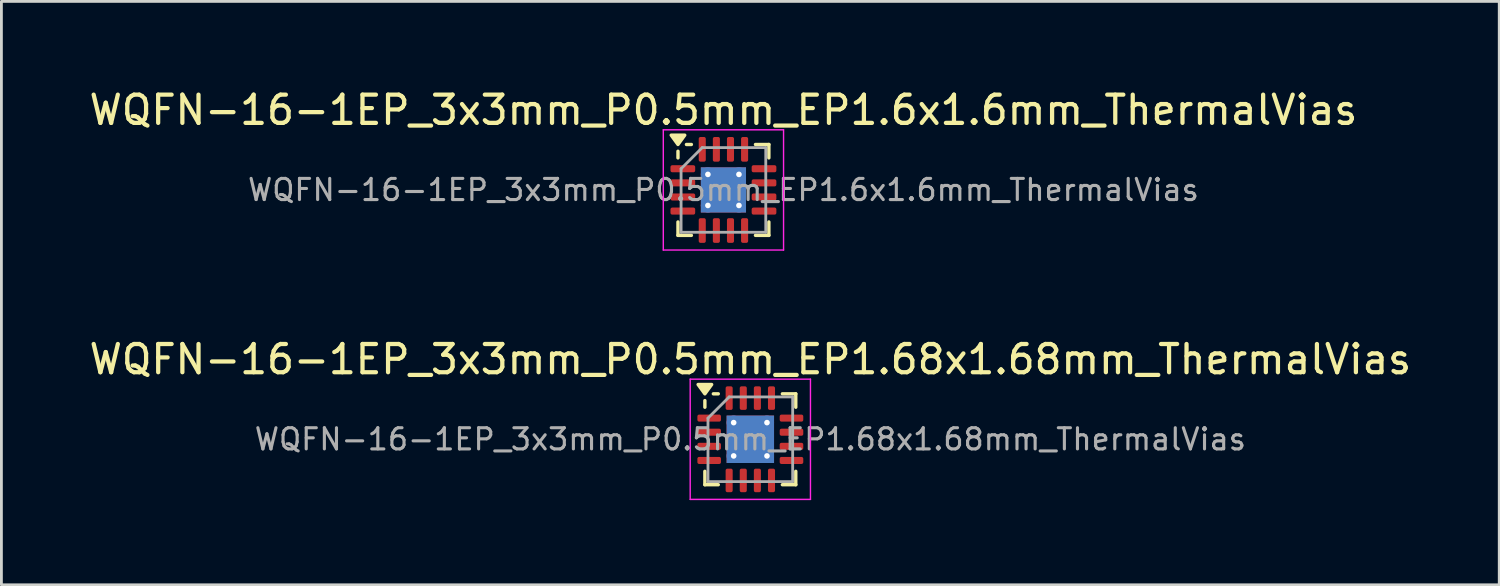
<source format=kicad_pcb>
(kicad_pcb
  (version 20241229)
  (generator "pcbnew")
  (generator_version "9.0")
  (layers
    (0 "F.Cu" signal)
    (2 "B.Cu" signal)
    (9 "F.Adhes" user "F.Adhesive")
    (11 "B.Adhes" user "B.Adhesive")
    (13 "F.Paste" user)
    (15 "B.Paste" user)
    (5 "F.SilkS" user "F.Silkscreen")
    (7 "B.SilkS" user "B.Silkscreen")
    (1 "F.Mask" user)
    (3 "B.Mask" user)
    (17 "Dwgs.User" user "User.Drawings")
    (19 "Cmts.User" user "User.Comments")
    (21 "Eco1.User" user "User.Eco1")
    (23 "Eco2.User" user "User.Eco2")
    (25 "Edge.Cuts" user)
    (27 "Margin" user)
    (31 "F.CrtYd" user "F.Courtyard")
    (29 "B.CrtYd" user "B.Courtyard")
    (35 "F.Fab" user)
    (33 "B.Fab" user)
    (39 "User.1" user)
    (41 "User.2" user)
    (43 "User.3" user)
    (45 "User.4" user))
  (footprint "WQFN-16-1EP_3x3mm_P0.5mm_EP1.68x1.68mm_ThermalVias"
    (layer "F.Cu")
    (at 23.53 12.511)
    (property "Reference" "WQFN-16-1EP_3x3mm_P0.5mm_EP1.68x1.68mm_ThermalVias" (at 0 -2.83 0) (layer "F.SilkS") (effects (font (size 1 1) (thickness 0.15))))
    (attr smd)
    (fp_line (start -1.61 -1.135) (end -1.61 -1.37) (stroke (width 0.12) (type solid)) (layer "F.SilkS"))
    (fp_line (start -1.61 1.61) (end -1.61 1.135) (stroke (width 0.12) (type solid)) (layer "F.SilkS"))
    (fp_line (start -1.135 -1.61) (end -1.31 -1.61) (stroke (width 0.12) (type solid)) (layer "F.SilkS"))
    (fp_line (start -1.135 1.61) (end -1.61 1.61) (stroke (width 0.12) (type solid)) (layer "F.SilkS"))
    (fp_line (start 1.135 -1.61) (end 1.61 -1.61) (stroke (width 0.12) (type solid)) (layer "F.SilkS"))
    (fp_line (start 1.135 1.61) (end 1.61 1.61) (stroke (width 0.12) (type solid)) (layer "F.SilkS"))
    (fp_line (start 1.61 -1.61) (end 1.61 -1.135) (stroke (width 0.12) (type solid)) (layer "F.SilkS"))
    (fp_line (start 1.61 1.61) (end 1.61 1.135) (stroke (width 0.12) (type solid)) (layer "F.SilkS"))
    (fp_poly (pts (xy -1.61 -1.61) (xy -1.85 -1.94) (xy -1.37 -1.94) (xy -1.61 -1.61)) (stroke (width 0.12) (type solid)) (fill yes) (layer "F.SilkS"))
    (fp_line (start -2.13 -2.13) (end -2.13 2.13) (stroke (width 0.05) (type solid)) (layer "F.CrtYd"))
    (fp_line (start -2.13 2.13) (end 2.13 2.13) (stroke (width 0.05) (type solid)) (layer "F.CrtYd"))
    (fp_line (start 2.13 -2.13) (end -2.13 -2.13) (stroke (width 0.05) (type solid)) (layer "F.CrtYd"))
    (fp_line (start 2.13 2.13) (end 2.13 -2.13) (stroke (width 0.05) (type solid)) (layer "F.CrtYd"))
    (fp_line (start -1.5 -0.75) (end -0.75 -1.5) (stroke (width 0.1) (type solid)) (layer "F.Fab"))
    (fp_line (start -1.5 1.5) (end -1.5 -0.75) (stroke (width 0.1) (type solid)) (layer "F.Fab"))
    (fp_line (start -0.75 -1.5) (end 1.5 -1.5) (stroke (width 0.1) (type solid)) (layer "F.Fab"))
    (fp_line (start 1.5 -1.5) (end 1.5 1.5) (stroke (width 0.1) (type solid)) (layer "F.Fab"))
    (fp_line (start 1.5 1.5) (end -1.5 1.5) (stroke (width 0.1) (type solid)) (layer "F.Fab"))
    (fp_text user "${REFERENCE}" (at 0 0 0) (layer "F.Fab") (effects (font (size 0.75 0.75) (thickness 0.11))))
    (pad "" smd roundrect (at -0.42 -0.42) (size 0.73 0.73) (layers "F.Paste") (roundrect_rratio 0.25))
    (pad "" smd roundrect (at -0.42 0.42) (size 0.73 0.73) (layers "F.Paste") (roundrect_rratio 0.25))
    (pad "" smd roundrect (at 0.42 -0.42) (size 0.73 0.73) (layers "F.Paste") (roundrect_rratio 0.25))
    (pad "" smd roundrect (at 0.42 0.42) (size 0.73 0.73) (layers "F.Paste") (roundrect_rratio 0.25))
    (pad "1" smd roundrect (at -1.458 -0.75) (size 0.835 0.25) (layers "F.Cu" "F.Mask" "F.Paste") (roundrect_rratio 0.25))
    (pad "2" smd roundrect (at -1.458 -0.25) (size 0.835 0.25) (layers "F.Cu" "F.Mask" "F.Paste") (roundrect_rratio 0.25))
    (pad "3" smd roundrect (at -1.458 0.25) (size 0.835 0.25) (layers "F.Cu" "F.Mask" "F.Paste") (roundrect_rratio 0.25))
    (pad "4" smd roundrect (at -1.458 0.75) (size 0.835 0.25) (layers "F.Cu" "F.Mask" "F.Paste") (roundrect_rratio 0.25))
    (pad "5" smd roundrect (at -0.75 1.458) (size 0.25 0.835) (layers "F.Cu" "F.Mask" "F.Paste") (roundrect_rratio 0.25))
    (pad "6" smd roundrect (at -0.25 1.458) (size 0.25 0.835) (layers "F.Cu" "F.Mask" "F.Paste") (roundrect_rratio 0.25))
    (pad "7" smd roundrect (at 0.25 1.458) (size 0.25 0.835) (layers "F.Cu" "F.Mask" "F.Paste") (roundrect_rratio 0.25))
    (pad "8" smd roundrect (at 0.75 1.458) (size 0.25 0.835) (layers "F.Cu" "F.Mask" "F.Paste") (roundrect_rratio 0.25))
    (pad "9" smd roundrect (at 1.458 0.75) (size 0.835 0.25) (layers "F.Cu" "F.Mask" "F.Paste") (roundrect_rratio 0.25))
    (pad "10" smd roundrect (at 1.458 0.25) (size 0.835 0.25) (layers "F.Cu" "F.Mask" "F.Paste") (roundrect_rratio 0.25))
    (pad "11" smd roundrect (at 1.458 -0.25) (size 0.835 0.25) (layers "F.Cu" "F.Mask" "F.Paste") (roundrect_rratio 0.25))
    (pad "12" smd roundrect (at 1.458 -0.75) (size 0.835 0.25) (layers "F.Cu" "F.Mask" "F.Paste") (roundrect_rratio 0.25))
    (pad "13" smd roundrect (at 0.75 -1.458) (size 0.25 0.835) (layers "F.Cu" "F.Mask" "F.Paste") (roundrect_rratio 0.25))
    (pad "14" smd roundrect (at 0.25 -1.458) (size 0.25 0.835) (layers "F.Cu" "F.Mask" "F.Paste") (roundrect_rratio 0.25))
    (pad "15" smd roundrect (at -0.25 -1.458) (size 0.25 0.835) (layers "F.Cu" "F.Mask" "F.Paste") (roundrect_rratio 0.25))
    (pad "16" smd roundrect (at -0.75 -1.458) (size 0.25 0.835) (layers "F.Cu" "F.Mask" "F.Paste") (roundrect_rratio 0.25))
    (pad "17" thru_hole circle (at -0.59 -0.59) (size 0.5 0.5) (drill 0.2) (property pad_prop_heatsink) (layers "*.Cu"))
    (pad "17" thru_hole circle (at -0.59 0.59) (size 0.5 0.5) (drill 0.2) (property pad_prop_heatsink) (layers "*.Cu"))
    (pad "17" smd rect (at 0 0) (size 1.68 1.68) (property pad_prop_heatsink) (layers "F.Cu" "F.Mask"))
    (pad "17" smd rect (at 0 0) (size 1.68 1.68) (property pad_prop_heatsink) (layers "B.Cu"))
    (pad "17" thru_hole circle (at 0.59 -0.59) (size 0.5 0.5) (drill 0.2) (property pad_prop_heatsink) (layers "*.Cu"))
    (pad "17" thru_hole circle (at 0.59 0.59) (size 0.5 0.5) (drill 0.2) (property pad_prop_heatsink) (layers "*.Cu")))
  (footprint "WQFN-16-1EP_3x3mm_P0.5mm_EP1.6x1.6mm_ThermalVias"
    (layer "F.Cu")
    (at 22.577 3.678)
    (property "Reference" "WQFN-16-1EP_3x3mm_P0.5mm_EP1.6x1.6mm_ThermalVias" (at 0 -2.83 0) (layer "F.SilkS") (effects (font (size 1 1) (thickness 0.15))))
    (attr smd)
    (fp_line (start -1.61 -1.135) (end -1.61 -1.37) (stroke (width 0.12) (type solid)) (layer "F.SilkS"))
    (fp_line (start -1.61 1.61) (end -1.61 1.135) (stroke (width 0.12) (type solid)) (layer "F.SilkS"))
    (fp_line (start -1.135 -1.61) (end -1.31 -1.61) (stroke (width 0.12) (type solid)) (layer "F.SilkS"))
    (fp_line (start -1.135 1.61) (end -1.61 1.61) (stroke (width 0.12) (type solid)) (layer "F.SilkS"))
    (fp_line (start 1.135 -1.61) (end 1.61 -1.61) (stroke (width 0.12) (type solid)) (layer "F.SilkS"))
    (fp_line (start 1.135 1.61) (end 1.61 1.61) (stroke (width 0.12) (type solid)) (layer "F.SilkS"))
    (fp_line (start 1.61 -1.61) (end 1.61 -1.135) (stroke (width 0.12) (type solid)) (layer "F.SilkS"))
    (fp_line (start 1.61 1.61) (end 1.61 1.135) (stroke (width 0.12) (type solid)) (layer "F.SilkS"))
    (fp_poly (pts (xy -1.61 -1.61) (xy -1.85 -1.94) (xy -1.37 -1.94) (xy -1.61 -1.61)) (stroke (width 0.12) (type solid)) (fill yes) (layer "F.SilkS"))
    (fp_line (start -2.13 -2.13) (end -2.13 2.13) (stroke (width 0.05) (type solid)) (layer "F.CrtYd"))
    (fp_line (start -2.13 2.13) (end 2.13 2.13) (stroke (width 0.05) (type solid)) (layer "F.CrtYd"))
    (fp_line (start 2.13 -2.13) (end -2.13 -2.13) (stroke (width 0.05) (type solid)) (layer "F.CrtYd"))
    (fp_line (start 2.13 2.13) (end 2.13 -2.13) (stroke (width 0.05) (type solid)) (layer "F.CrtYd"))
    (fp_line (start -1.5 -0.75) (end -0.75 -1.5) (stroke (width 0.1) (type solid)) (layer "F.Fab"))
    (fp_line (start -1.5 1.5) (end -1.5 -0.75) (stroke (width 0.1) (type solid)) (layer "F.Fab"))
    (fp_line (start -0.75 -1.5) (end 1.5 -1.5) (stroke (width 0.1) (type solid)) (layer "F.Fab"))
    (fp_line (start 1.5 -1.5) (end 1.5 1.5) (stroke (width 0.1) (type solid)) (layer "F.Fab"))
    (fp_line (start 1.5 1.5) (end -1.5 1.5) (stroke (width 0.1) (type solid)) (layer "F.Fab"))
    (fp_text user "${REFERENCE}" (at 0 0 0) (layer "F.Fab") (effects (font (size 0.75 0.75) (thickness 0.11))))
    (pad "" smd roundrect (at -0.4 -0.4) (size 0.69 0.69) (layers "F.Paste") (roundrect_rratio 0.25))
    (pad "" smd roundrect (at -0.4 0.4) (size 0.69 0.69) (layers "F.Paste") (roundrect_rratio 0.25))
    (pad "" smd roundrect (at 0.4 -0.4) (size 0.69 0.69) (layers "F.Paste") (roundrect_rratio 0.25))
    (pad "" smd roundrect (at 0.4 0.4) (size 0.69 0.69) (layers "F.Paste") (roundrect_rratio 0.25))
    (pad "1" smd roundrect (at -1.438 -0.75) (size 0.875 0.25) (layers "F.Cu" "F.Mask" "F.Paste") (roundrect_rratio 0.25))
    (pad "2" smd roundrect (at -1.438 -0.25) (size 0.875 0.25) (layers "F.Cu" "F.Mask" "F.Paste") (roundrect_rratio 0.25))
    (pad "3" smd roundrect (at -1.438 0.25) (size 0.875 0.25) (layers "F.Cu" "F.Mask" "F.Paste") (roundrect_rratio 0.25))
    (pad "4" smd roundrect (at -1.438 0.75) (size 0.875 0.25) (layers "F.Cu" "F.Mask" "F.Paste") (roundrect_rratio 0.25))
    (pad "5" smd roundrect (at -0.75 1.438) (size 0.25 0.875) (layers "F.Cu" "F.Mask" "F.Paste") (roundrect_rratio 0.25))
    (pad "6" smd roundrect (at -0.25 1.438) (size 0.25 0.875) (layers "F.Cu" "F.Mask" "F.Paste") (roundrect_rratio 0.25))
    (pad "7" smd roundrect (at 0.25 1.438) (size 0.25 0.875) (layers "F.Cu" "F.Mask" "F.Paste") (roundrect_rratio 0.25))
    (pad "8" smd roundrect (at 0.75 1.438) (size 0.25 0.875) (layers "F.Cu" "F.Mask" "F.Paste") (roundrect_rratio 0.25))
    (pad "9" smd roundrect (at 1.438 0.75) (size 0.875 0.25) (layers "F.Cu" "F.Mask" "F.Paste") (roundrect_rratio 0.25))
    (pad "10" smd roundrect (at 1.438 0.25) (size 0.875 0.25) (layers "F.Cu" "F.Mask" "F.Paste") (roundrect_rratio 0.25))
    (pad "11" smd roundrect (at 1.438 -0.25) (size 0.875 0.25) (layers "F.Cu" "F.Mask" "F.Paste") (roundrect_rratio 0.25))
    (pad "12" smd roundrect (at 1.438 -0.75) (size 0.875 0.25) (layers "F.Cu" "F.Mask" "F.Paste") (roundrect_rratio 0.25))
    (pad "13" smd roundrect (at 0.75 -1.438) (size 0.25 0.875) (layers "F.Cu" "F.Mask" "F.Paste") (roundrect_rratio 0.25))
    (pad "14" smd roundrect (at 0.25 -1.438) (size 0.25 0.875) (layers "F.Cu" "F.Mask" "F.Paste") (roundrect_rratio 0.25))
    (pad "15" smd roundrect (at -0.25 -1.438) (size 0.25 0.875) (layers "F.Cu" "F.Mask" "F.Paste") (roundrect_rratio 0.25))
    (pad "16" smd roundrect (at -0.75 -1.438) (size 0.25 0.875) (layers "F.Cu" "F.Mask" "F.Paste") (roundrect_rratio 0.25))
    (pad "17" thru_hole circle (at -0.55 -0.55) (size 0.5 0.5) (drill 0.2) (property pad_prop_heatsink) (layers "*.Cu"))
    (pad "17" thru_hole circle (at -0.55 0.55) (size 0.5 0.5) (drill 0.2) (property pad_prop_heatsink) (layers "*.Cu"))
    (pad "17" smd rect (at 0 0) (size 1.6 1.6) (property pad_prop_heatsink) (layers "F.Cu" "F.Mask"))
    (pad "17" smd rect (at 0 0) (size 1.6 1.6) (property pad_prop_heatsink) (layers "B.Cu"))
    (pad "17" thru_hole circle (at 0.55 -0.55) (size 0.5 0.5) (drill 0.2) (property pad_prop_heatsink) (layers "*.Cu"))
    (pad "17" thru_hole circle (at 0.55 0.55) (size 0.5 0.5) (drill 0.2) (property pad_prop_heatsink) (layers "*.Cu")))
  (gr_rect
    (start -3 -3)
    (end 50.06 17.666)
    (stroke (width 0.1) (type default))
    (fill no)
    (layer "Edge.Cuts")))
</source>
